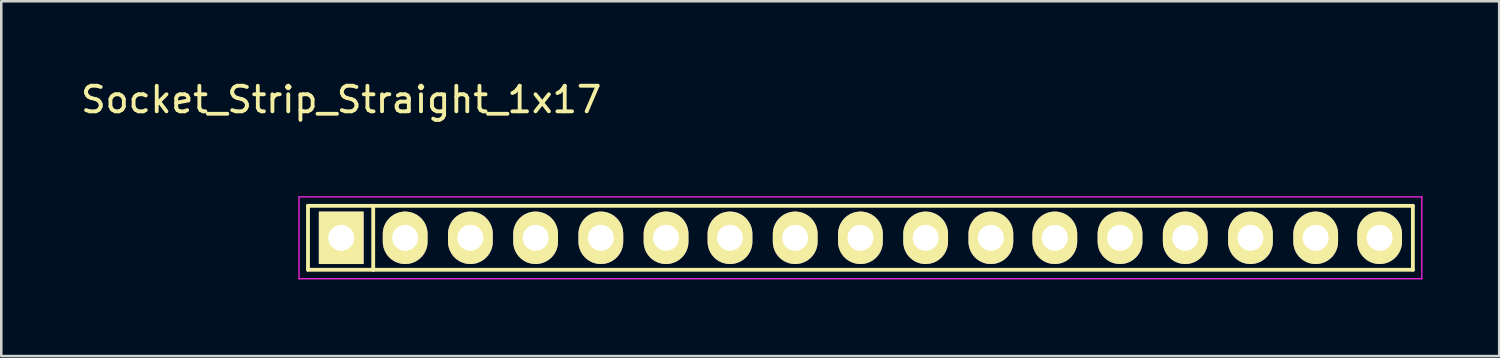
<source format=kicad_pcb>
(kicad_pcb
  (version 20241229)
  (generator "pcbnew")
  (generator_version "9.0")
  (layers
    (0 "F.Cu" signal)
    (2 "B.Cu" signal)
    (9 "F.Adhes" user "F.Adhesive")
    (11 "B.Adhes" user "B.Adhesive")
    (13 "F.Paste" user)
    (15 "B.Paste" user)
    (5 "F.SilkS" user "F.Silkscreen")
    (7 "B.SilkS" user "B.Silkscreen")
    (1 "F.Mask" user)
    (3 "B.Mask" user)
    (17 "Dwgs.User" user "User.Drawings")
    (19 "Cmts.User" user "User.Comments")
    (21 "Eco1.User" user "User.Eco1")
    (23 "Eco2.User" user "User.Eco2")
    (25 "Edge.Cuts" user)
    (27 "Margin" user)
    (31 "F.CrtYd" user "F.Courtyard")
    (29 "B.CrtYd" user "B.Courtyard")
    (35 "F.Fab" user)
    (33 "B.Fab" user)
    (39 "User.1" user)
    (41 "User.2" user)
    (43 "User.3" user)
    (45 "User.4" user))
  (footprint "Socket_Strip_Straight_1x17"
    (layer "F.Cu")
    (at 10.292 6.248)
    (property "Reference" "Socket_Strip_Straight_1x17" (at 0 -5.4 0) (layer "F.SilkS") (effects (font (size 1 1) (thickness 0.15))))
    (attr through_hole)
    (fp_line (start -1.3 -1.25) (end 1.25 -1.25) (stroke (width 0.15) (type solid)) (layer "F.SilkS"))
    (fp_line (start -1.3 1.25) (end -1.3 -1.25) (stroke (width 0.15) (type solid)) (layer "F.SilkS"))
    (fp_line (start -1.3 1.25) (end 1.25 1.25) (stroke (width 0.15) (type solid)) (layer "F.SilkS"))
    (fp_line (start 1.25 1.25) (end 1.25 -1.25) (stroke (width 0.15) (type solid)) (layer "F.SilkS"))
    (fp_line (start 1.25 1.25) (end 41.9 1.25) (stroke (width 0.15) (type solid)) (layer "F.SilkS"))
    (fp_line (start 41.9 -1.25) (end 1.25 -1.25) (stroke (width 0.15) (type solid)) (layer "F.SilkS"))
    (fp_line (start 41.9 1.25) (end 41.9 -1.25) (stroke (width 0.15) (type solid)) (layer "F.SilkS"))
    (fp_line (start -1.65 -1.6) (end -1.65 1.6) (stroke (width 0.05) (type solid)) (layer "F.CrtYd"))
    (fp_line (start -1.65 -1.6) (end 42.25 -1.6) (stroke (width 0.05) (type solid)) (layer "F.CrtYd"))
    (fp_line (start -1.65 1.6) (end 42.25 1.6) (stroke (width 0.05) (type solid)) (layer "F.CrtYd"))
    (fp_line (start 42.25 -1.6) (end 42.25 1.6) (stroke (width 0.05) (type solid)) (layer "F.CrtYd"))
    (pad "1" thru_hole rect (at 0 0) (size 1.75 2.05) (drill 1.016) (layers "*.Cu" "*.Mask" "F.SilkS"))
    (pad "2" thru_hole oval (at 2.5 0) (size 1.75 2.05) (drill 1.016) (layers "*.Cu" "*.Mask" "F.SilkS"))
    (pad "3" thru_hole oval (at 5.05 0) (size 1.75 2.05) (drill 1.016) (layers "*.Cu" "*.Mask" "F.SilkS"))
    (pad "4" thru_hole oval (at 7.6 0) (size 1.75 2.05) (drill 1.016) (layers "*.Cu" "*.Mask" "F.SilkS"))
    (pad "5" thru_hole oval (at 10.15 0) (size 1.75 2.05) (drill 1.016) (layers "*.Cu" "*.Mask" "F.SilkS"))
    (pad "6" thru_hole oval (at 12.7 0) (size 1.75 2.05) (drill 1.016) (layers "*.Cu" "*.Mask" "F.SilkS"))
    (pad "7" thru_hole oval (at 15.2 0) (size 1.75 2.05) (drill 1.016) (layers "*.Cu" "*.Mask" "F.SilkS"))
    (pad "8" thru_hole oval (at 17.75 0) (size 1.75 2.05) (drill 1.016) (layers "*.Cu" "*.Mask" "F.SilkS"))
    (pad "9" thru_hole oval (at 20.3 0) (size 1.75 2.05) (drill 1.016) (layers "*.Cu" "*.Mask" "F.SilkS"))
    (pad "10" thru_hole oval (at 22.85 0) (size 1.75 2.05) (drill 1.016) (layers "*.Cu" "*.Mask" "F.SilkS"))
    (pad "11" thru_hole oval (at 25.4 0) (size 1.75 2.05) (drill 1.016) (layers "*.Cu" "*.Mask" "F.SilkS"))
    (pad "12" thru_hole oval (at 27.9 0) (size 1.75 2.05) (drill 1.016) (layers "*.Cu" "*.Mask" "F.SilkS"))
    (pad "13" thru_hole oval (at 30.45 0) (size 1.75 2.05) (drill 1.016) (layers "*.Cu" "*.Mask" "F.SilkS"))
    (pad "14" thru_hole oval (at 33 0) (size 1.75 2.05) (drill 1.016) (layers "*.Cu" "*.Mask" "F.SilkS"))
    (pad "15" thru_hole oval (at 35.55 0) (size 1.75 2.05) (drill 1.016) (layers "*.Cu" "*.Mask" "F.SilkS"))
    (pad "16" thru_hole oval (at 38.1 0) (size 1.75 2.05) (drill 1.016) (layers "*.Cu" "*.Mask" "F.SilkS"))
    (pad "17" thru_hole oval (at 40.6 0) (size 1.75 2.05) (drill 1.016) (layers "*.Cu" "*.Mask" "F.SilkS")))
  (gr_rect
    (start -3 -3)
    (end 55.567 10.873)
    (stroke (width 0.1) (type default))
    (fill no)
    (layer "Edge.Cuts")))
</source>
